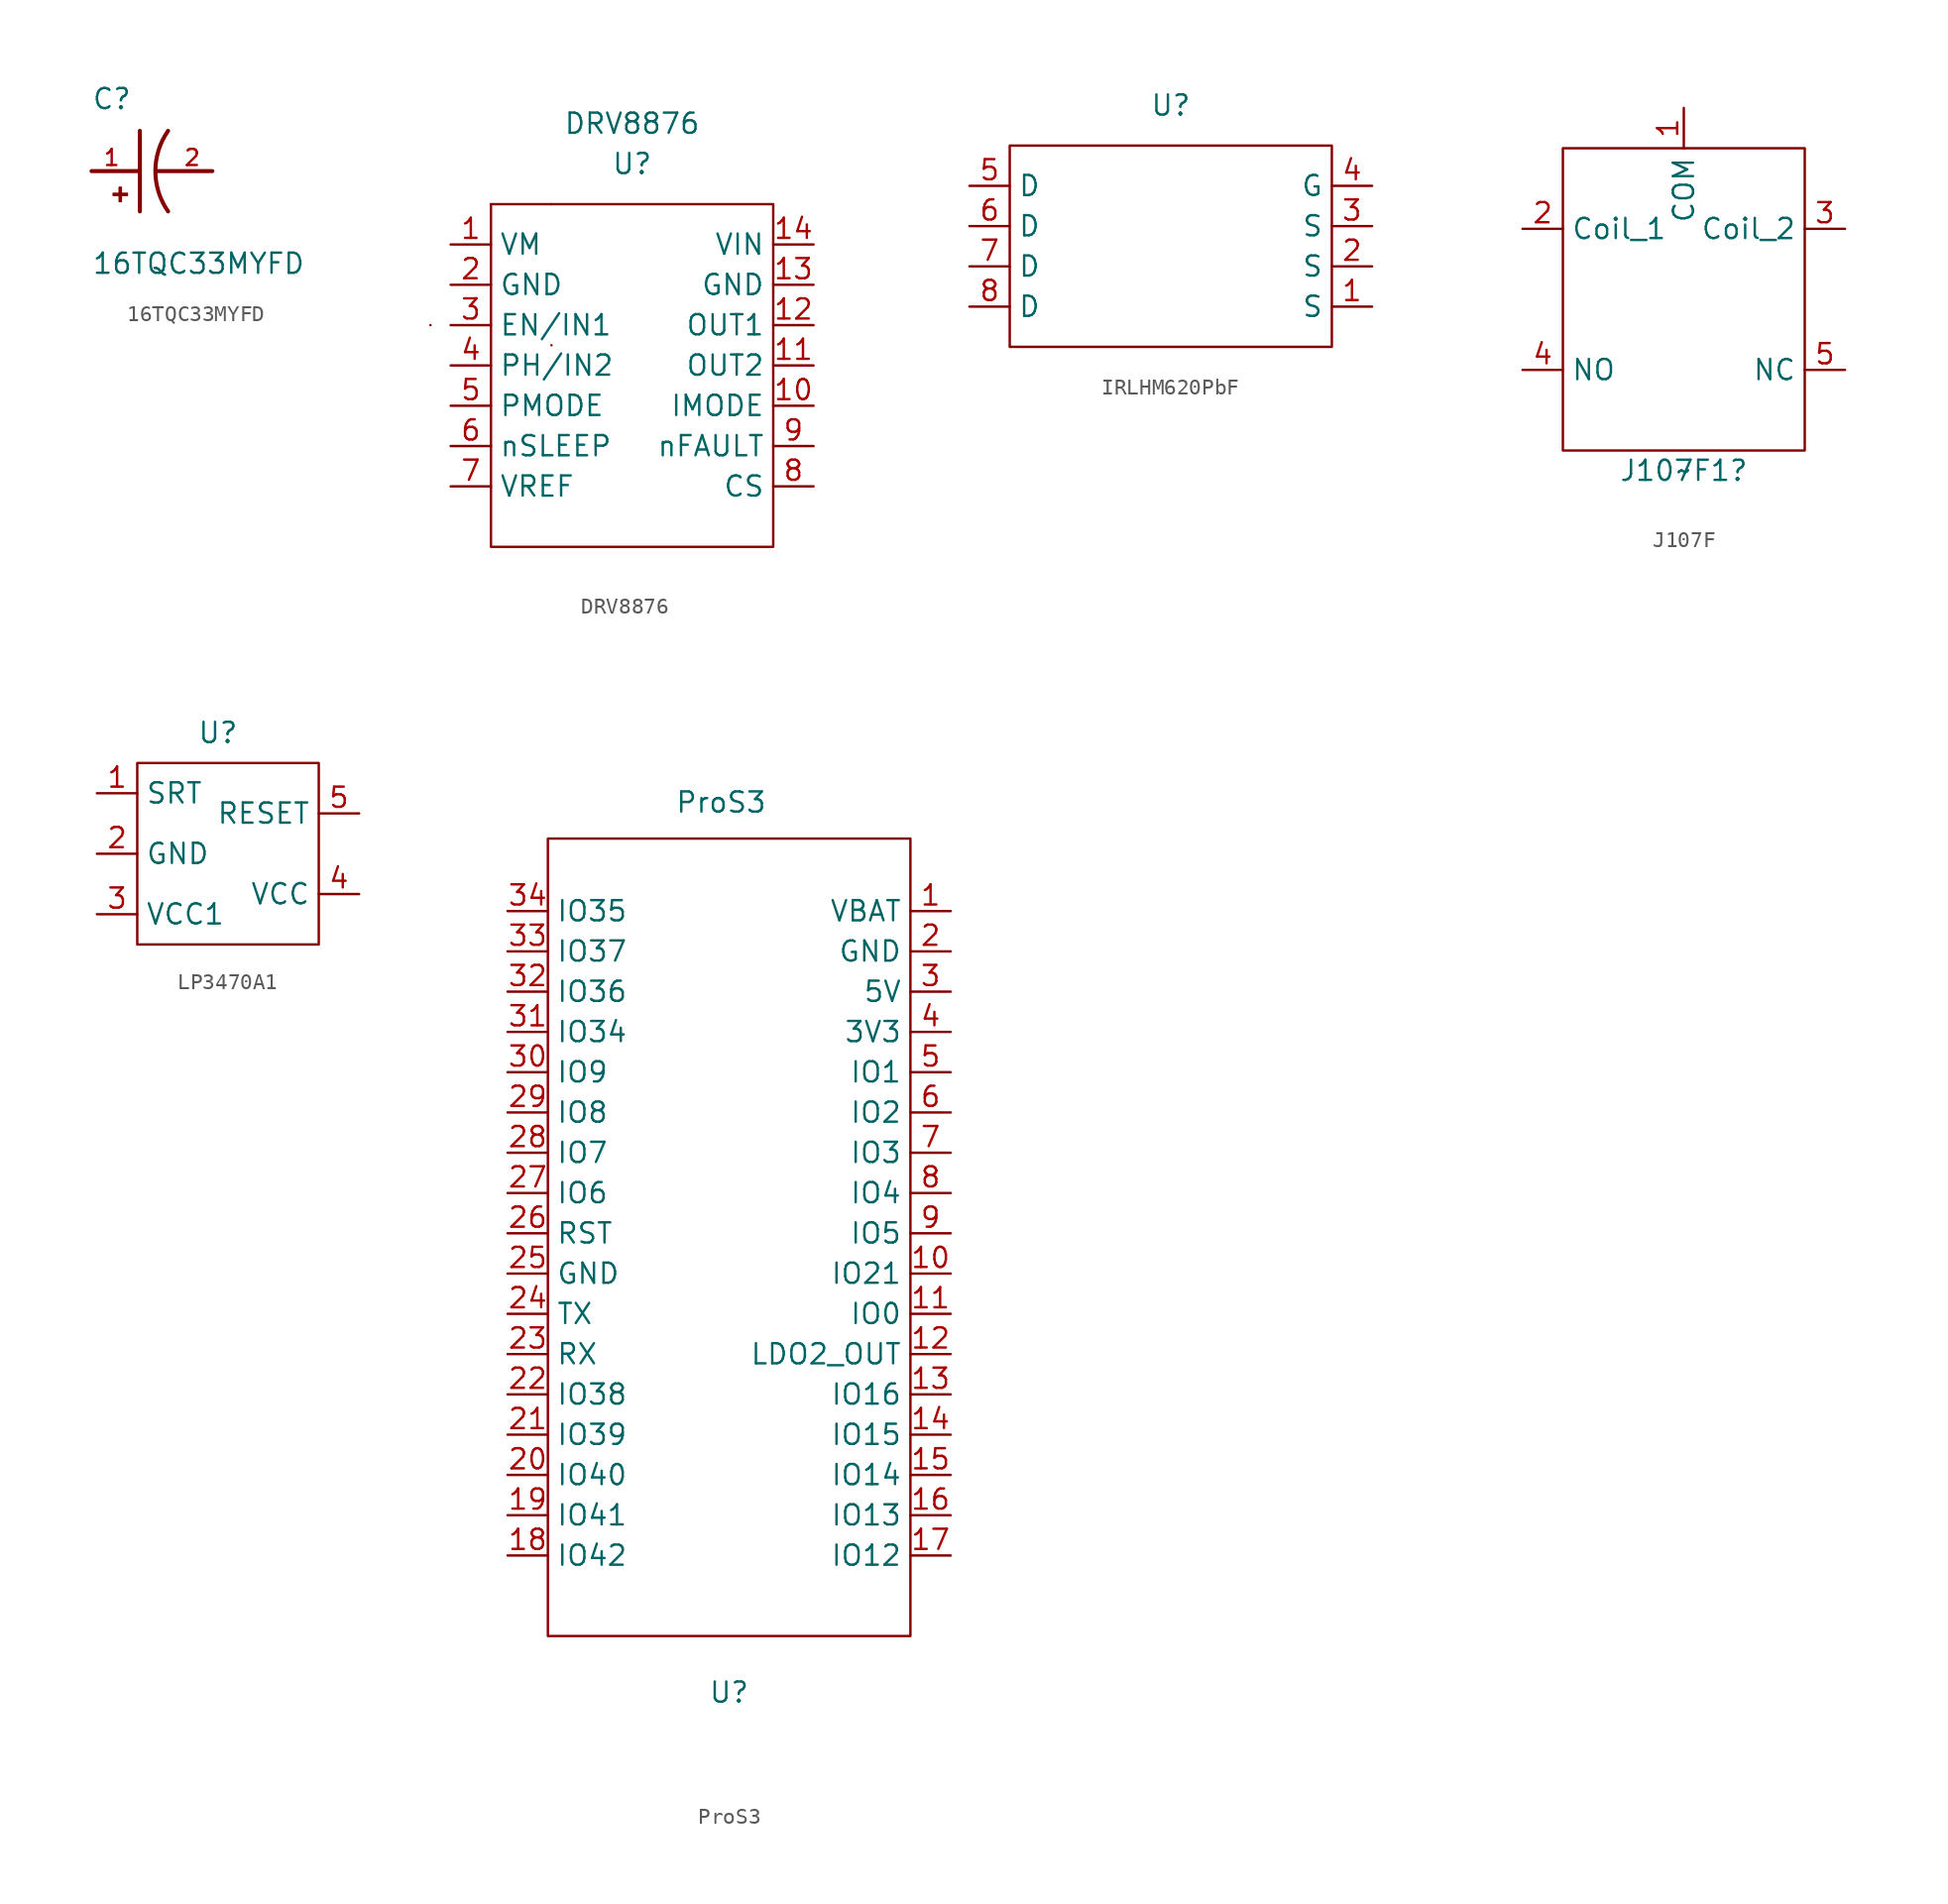
<source format=kicad_sym>
(kicad_symbol_lib
  (version 20231120)
  (generator "kicad_symbol_editor")
  (generator_version "8.0")
  (symbol "16TQC33MYFD"
    (pin_names
      (offset 1.016))
    (property "Reference" "C"
      (at -5.08 3.81 0)
      (effects (font (size 1.27 1.27)) (justify left bottom)))
    (property "Value" "16TQC33MYFD"
      (at -5.08 -5.088 0)
      (effects (font (size 1.27 1.27)) (justify left top)))
    (symbol "16TQC33MYFD_0_0"
      (rectangle (start -3.713 -1.532) (end -2.824 -1.405) (stroke (width 0.1) (type default)) (fill (type outline)))
      (rectangle (start -3.332 -1.913) (end -3.205 -1.024) (stroke (width 0.1) (type default)) (fill (type outline)))
      (arc (start -0.254 2.54) (mid -1.0549 0) (end -0.254 -2.54) (stroke (width 0.254) (type default)) (fill (type none)))
      (polyline (pts (xy -5.08 0) (xy -2.032 0)) (stroke (width 0.254) (type default)) (fill (type none)))
      (polyline (pts (xy -2.032 2.54) (xy -2.032 -2.54)) (stroke (width 0.254) (type default)) (fill (type none)))
      (polyline (pts (xy -1.016 0) (xy 2.54 0)) (stroke (width 0.254) (type default)) (fill (type none)))
      (pin passive line (at -5.08 0 0) (length 2.54) (name "~" (effects (font (size 1.016 1.016)))) (number "1" (effects (font (size 1.016 1.016)))))
      (pin passive line (at 2.54 0 180) (length 2.54) (name "~" (effects (font (size 1.016 1.016)))) (number "2" (effects (font (size 1.016 1.016)))))))
  (symbol "DRV8876"
    (property "Reference" "U"
      (at 2.54 3.81 0)
      (effects (font (size 1.27 1.27))))
    (property "Value" "DRV8876"
      (at 2.54 6.35 0)
      (effects (font (size 1.27 1.27))))
    (symbol "DRV8876_0_1"
      (rectangle (start -10.16 -6.35) (end -10.16 -6.35) (stroke (width 0) (type default)) (fill (type none)))
      (rectangle (start -6.35 1.27) (end -6.35 1.27) (stroke (width 0) (type default)) (fill (type none)))
      (rectangle (start -6.35 1.27) (end 11.43 -20.32) (stroke (width 0) (type default)) (fill (type none)))
      (rectangle (start -2.54 -7.62) (end -2.54 -7.62) (stroke (width 0) (type default)) (fill (type none)))
      (rectangle (start -2.54 1.27) (end -2.54 1.27) (stroke (width 0) (type default)) (fill (type none))))
    (symbol "DRV8876_1_1"
      (pin power_in line (at -8.89 -1.27 0) (length 2.54) (name "VM" (effects (font (size 1.27 1.27)))) (number "1" (effects (font (size 1.27 1.27)))))
      (pin input line (at 13.97 -11.43 180) (length 2.54) (name "IMODE" (effects (font (size 1.27 1.27)))) (number "10" (effects (font (size 1.27 1.27)))))
      (pin output line (at 13.97 -8.89 180) (length 2.54) (name "OUT2" (effects (font (size 1.27 1.27)))) (number "11" (effects (font (size 1.27 1.27)))))
      (pin output line (at 13.97 -6.35 180) (length 2.54) (name "OUT1" (effects (font (size 1.27 1.27)))) (number "12" (effects (font (size 1.27 1.27)))))
      (pin power_out line (at 13.97 -3.81 180) (length 2.54) (name "GND" (effects (font (size 1.27 1.27)))) (number "13" (effects (font (size 1.27 1.27)))))
      (pin power_in line (at 13.97 -1.27 180) (length 2.54) (name "VIN" (effects (font (size 1.27 1.27)))) (number "14" (effects (font (size 1.27 1.27)))))
      (pin power_out line (at -8.89 -3.81 0) (length 2.54) (name "GND" (effects (font (size 1.27 1.27)))) (number "2" (effects (font (size 1.27 1.27)))))
      (pin input line (at -8.89 -6.35 0) (length 2.54) (name "EN/IN1" (effects (font (size 1.27 1.27)))) (number "3" (effects (font (size 1.27 1.27)))))
      (pin input line (at -8.89 -8.89 0) (length 2.54) (name "PH/IN2" (effects (font (size 1.27 1.27)))) (number "4" (effects (font (size 1.27 1.27)))))
      (pin input line (at -8.89 -11.43 0) (length 2.54) (name "PMODE" (effects (font (size 1.27 1.27)))) (number "5" (effects (font (size 1.27 1.27)))))
      (pin input line (at -8.89 -13.97 0) (length 2.54) (name "nSLEEP" (effects (font (size 1.27 1.27)))) (number "6" (effects (font (size 1.27 1.27)))))
      (pin input line (at -8.89 -16.51 0) (length 2.54) (name "VREF" (effects (font (size 1.27 1.27)))) (number "7" (effects (font (size 1.27 1.27)))))
      (pin input line (at 13.97 -16.51 180) (length 2.54) (name "CS" (effects (font (size 1.27 1.27)))) (number "8" (effects (font (size 1.27 1.27)))))
      (pin open_emitter line (at 13.97 -13.97 180) (length 2.54) (name "nFAULT" (effects (font (size 1.27 1.27)))) (number "9" (effects (font (size 1.27 1.27)))))))
  (symbol "IRLHM620PbF"
    (property "Reference" "U"
      (at 0 0 0)
      (effects (font (size 1.27 1.27))))
    (property "Value" ""
      (at 0 0 0)
      (effects (font (size 1.27 1.27))))
    (symbol "IRLHM620PbF_0_1"
      (rectangle (start -10.16 -2.54) (end 10.16 -15.24) (stroke (width 0) (type default)) (fill (type none))))
    (symbol "IRLHM620PbF_1_1"
      (pin input line (at 12.7 -12.7 180) (length 2.54) (name "S" (effects (font (size 1.27 1.27)))) (number "1" (effects (font (size 1.27 1.27)))))
      (pin input line (at 12.7 -10.16 180) (length 2.54) (name "S" (effects (font (size 1.27 1.27)))) (number "2" (effects (font (size 1.27 1.27)))))
      (pin input line (at 12.7 -7.62 180) (length 2.54) (name "S" (effects (font (size 1.27 1.27)))) (number "3" (effects (font (size 1.27 1.27)))))
      (pin input line (at 12.7 -5.08 180) (length 2.54) (name "G" (effects (font (size 1.27 1.27)))) (number "4" (effects (font (size 1.27 1.27)))))
      (pin input line (at -12.7 -5.08 0) (length 2.54) (name "D" (effects (font (size 1.27 1.27)))) (number "5" (effects (font (size 1.27 1.27)))))
      (pin input line (at -12.7 -7.62 0) (length 2.54) (name "D" (effects (font (size 1.27 1.27)))) (number "6" (effects (font (size 1.27 1.27)))))
      (pin input line (at -12.7 -10.16 0) (length 2.54) (name "D" (effects (font (size 1.27 1.27)))) (number "7" (effects (font (size 1.27 1.27)))))
      (pin input line (at -12.7 -12.7 0) (length 2.54) (name "D" (effects (font (size 1.27 1.27)))) (number "8" (effects (font (size 1.27 1.27)))))))
  (symbol "J107F"
    (property "Reference" "J107F1"
      (at 0 -24.13 0)
      (effects (font (size 1.27 1.27))))
    (property "Value" "~"
      (at 0 -24.13 0)
      (effects (font (size 1.27 1.27))))
    (symbol "J107F_0_1"
      (rectangle (start -7.62 -3.81) (end 7.62 -22.86) (stroke (width 0) (type default)) (fill (type none))))
    (symbol "J107F_1_1"
      (pin input line (at 0 -1.27 270) (length 2.54) (name "COM" (effects (font (size 1.27 1.27)))) (number "1" (effects (font (size 1.27 1.27)))))
      (pin input line (at -10.16 -8.89 0) (length 2.54) (name "Coil_1" (effects (font (size 1.27 1.27)))) (number "2" (effects (font (size 1.27 1.27)))))
      (pin input line (at 10.16 -8.89 180) (length 2.54) (name "Coil_2" (effects (font (size 1.27 1.27)))) (number "3" (effects (font (size 1.27 1.27)))))
      (pin input line (at -10.16 -17.78 0) (length 2.54) (name "NO" (effects (font (size 1.27 1.27)))) (number "4" (effects (font (size 1.27 1.27)))))
      (pin input line (at 10.16 -17.78 180) (length 2.54) (name "NC" (effects (font (size 1.27 1.27)))) (number "5" (effects (font (size 1.27 1.27)))))))
  (symbol "LP3470A1"
    (property "Reference" "U"
      (at 0 0 0)
      (effects (font (size 1.27 1.27))))
    (property "Value" ""
      (at 0 0 0)
      (effects (font (size 1.27 1.27))))
    (symbol "LP3470A1_0_1"
      (rectangle (start -5.08 -1.905) (end 6.35 -13.335) (stroke (width 0) (type default)) (fill (type none))))
    (symbol "LP3470A1_1_1"
      (pin input line (at -7.62 -3.81 0) (length 2.54) (name "SRT" (effects (font (size 1.27 1.27)))) (number "1" (effects (font (size 1.27 1.27)))))
      (pin input line (at -7.62 -7.62 0) (length 2.54) (name "GND" (effects (font (size 1.27 1.27)))) (number "2" (effects (font (size 1.27 1.27)))))
      (pin input line (at -7.62 -11.43 0) (length 2.54) (name "VCC1" (effects (font (size 1.27 1.27)))) (number "3" (effects (font (size 1.27 1.27)))))
      (pin input line (at 8.89 -10.16 180) (length 2.54) (name "VCC" (effects (font (size 1.27 1.27)))) (number "4" (effects (font (size 1.27 1.27)))))
      (pin input line (at 8.89 -5.08 180) (length 2.54) (name "RESET" (effects (font (size 1.27 1.27)))) (number "5" (effects (font (size 1.27 1.27)))))))
  (symbol "ProS3"
    (property "Reference" "U"
      (at 0 -28.956 0)
      (effects (font (size 1.27 1.27))))
    (property "Value" "ProS3"
      (at -0.508 27.178 0)
      (effects (font (size 1.27 1.27))))
    (symbol "ProS3_0_1"
      (rectangle (start -11.43 24.892) (end 11.43 -25.4) (stroke (width 0.152) (type default)) (fill (type none))))
    (symbol "ProS3_1_1"
      (pin power_in line (at 13.97 20.32 180) (length 2.54) (name "VBAT" (effects (font (size 1.27 1.27)))) (number "1" (effects (font (size 1.27 1.27)))))
      (pin bidirectional line (at 13.97 -2.54 180) (length 2.54) (name "IO21" (effects (font (size 1.27 1.27)))) (number "10" (effects (font (size 1.27 1.27)))))
      (pin bidirectional line (at 13.97 -5.08 180) (length 2.54) (name "IO0" (effects (font (size 1.27 1.27)))) (number "11" (effects (font (size 1.27 1.27)))))
      (pin power_out line (at 13.97 -7.62 180) (length 2.54) (name "LDO2_OUT" (effects (font (size 1.27 1.27)))) (number "12" (effects (font (size 1.27 1.27)))))
      (pin bidirectional line (at 13.97 -10.16 180) (length 2.54) (name "IO16" (effects (font (size 1.27 1.27)))) (number "13" (effects (font (size 1.27 1.27)))))
      (pin bidirectional line (at 13.97 -12.7 180) (length 2.54) (name "IO15" (effects (font (size 1.27 1.27)))) (number "14" (effects (font (size 1.27 1.27)))))
      (pin bidirectional line (at 13.97 -15.24 180) (length 2.54) (name "IO14" (effects (font (size 1.27 1.27)))) (number "15" (effects (font (size 1.27 1.27)))))
      (pin bidirectional line (at 13.97 -17.78 180) (length 2.54) (name "IO13" (effects (font (size 1.27 1.27)))) (number "16" (effects (font (size 1.27 1.27)))))
      (pin bidirectional line (at 13.97 -20.32 180) (length 2.54) (name "IO12" (effects (font (size 1.27 1.27)))) (number "17" (effects (font (size 1.27 1.27)))))
      (pin bidirectional line (at -13.97 -20.32 0) (length 2.54) (name "IO42" (effects (font (size 1.27 1.27)))) (number "18" (effects (font (size 1.27 1.27)))))
      (pin bidirectional line (at -13.97 -17.78 0) (length 2.54) (name "IO41" (effects (font (size 1.27 1.27)))) (number "19" (effects (font (size 1.27 1.27)))))
      (pin power_in line (at 13.97 17.78 180) (length 2.54) (name "GND" (effects (font (size 1.27 1.27)))) (number "2" (effects (font (size 1.27 1.27)))))
      (pin bidirectional line (at -13.97 -15.24 0) (length 2.54) (name "IO40" (effects (font (size 1.27 1.27)))) (number "20" (effects (font (size 1.27 1.27)))))
      (pin bidirectional line (at -13.97 -12.7 0) (length 2.54) (name "IO39" (effects (font (size 1.27 1.27)))) (number "21" (effects (font (size 1.27 1.27)))))
      (pin bidirectional line (at -13.97 -10.16 0) (length 2.54) (name "IO38" (effects (font (size 1.27 1.27)))) (number "22" (effects (font (size 1.27 1.27)))))
      (pin bidirectional line (at -13.97 -7.62 0) (length 2.54) (name "RX" (effects (font (size 1.27 1.27)))) (number "23" (effects (font (size 1.27 1.27)))))
      (pin bidirectional line (at -13.97 -5.08 0) (length 2.54) (name "TX" (effects (font (size 1.27 1.27)))) (number "24" (effects (font (size 1.27 1.27)))))
      (pin power_in line (at -13.97 -2.54 0) (length 2.54) (name "GND" (effects (font (size 1.27 1.27)))) (number "25" (effects (font (size 1.27 1.27)))))
      (pin input line (at -13.97 0 0) (length 2.54) (name "RST" (effects (font (size 1.27 1.27)))) (number "26" (effects (font (size 1.27 1.27)))))
      (pin bidirectional line (at -13.97 2.54 0) (length 2.54) (name "IO6" (effects (font (size 1.27 1.27)))) (number "27" (effects (font (size 1.27 1.27)))))
      (pin bidirectional line (at -13.97 5.08 0) (length 2.54) (name "IO7" (effects (font (size 1.27 1.27)))) (number "28" (effects (font (size 1.27 1.27)))))
      (pin bidirectional line (at -13.97 7.62 0) (length 2.54) (name "IO8" (effects (font (size 1.27 1.27)))) (number "29" (effects (font (size 1.27 1.27)))))
      (pin power_in line (at 13.97 15.24 180) (length 2.54) (name "5V" (effects (font (size 1.27 1.27)))) (number "3" (effects (font (size 1.27 1.27)))))
      (pin bidirectional line (at -13.97 10.16 0) (length 2.54) (name "IO9" (effects (font (size 1.27 1.27)))) (number "30" (effects (font (size 1.27 1.27)))))
      (pin bidirectional line (at -13.97 12.7 0) (length 2.54) (name "IO34" (effects (font (size 1.27 1.27)))) (number "31" (effects (font (size 1.27 1.27)))))
      (pin bidirectional line (at -13.97 15.24 0) (length 2.54) (name "IO36" (effects (font (size 1.27 1.27)))) (number "32" (effects (font (size 1.27 1.27)))))
      (pin bidirectional line (at -13.97 17.78 0) (length 2.54) (name "IO37" (effects (font (size 1.27 1.27)))) (number "33" (effects (font (size 1.27 1.27)))))
      (pin bidirectional line (at -13.97 20.32 0) (length 2.54) (name "IO35" (effects (font (size 1.27 1.27)))) (number "34" (effects (font (size 1.27 1.27)))))
      (pin power_in line (at 13.97 12.7 180) (length 2.54) (name "3V3" (effects (font (size 1.27 1.27)))) (number "4" (effects (font (size 1.27 1.27)))))
      (pin bidirectional line (at 13.97 10.16 180) (length 2.54) (name "IO1" (effects (font (size 1.27 1.27)))) (number "5" (effects (font (size 1.27 1.27)))))
      (pin bidirectional line (at 13.97 7.62 180) (length 2.54) (name "IO2" (effects (font (size 1.27 1.27)))) (number "6" (effects (font (size 1.27 1.27)))))
      (pin bidirectional line (at 13.97 5.08 180) (length 2.54) (name "IO3" (effects (font (size 1.27 1.27)))) (number "7" (effects (font (size 1.27 1.27)))))
      (pin bidirectional line (at 13.97 2.54 180) (length 2.54) (name "IO4" (effects (font (size 1.27 1.27)))) (number "8" (effects (font (size 1.27 1.27)))))
      (pin bidirectional line (at 13.97 0 180) (length 2.54) (name "IO5" (effects (font (size 1.27 1.27)))) (number "9" (effects (font (size 1.27 1.27))))))))
</source>
